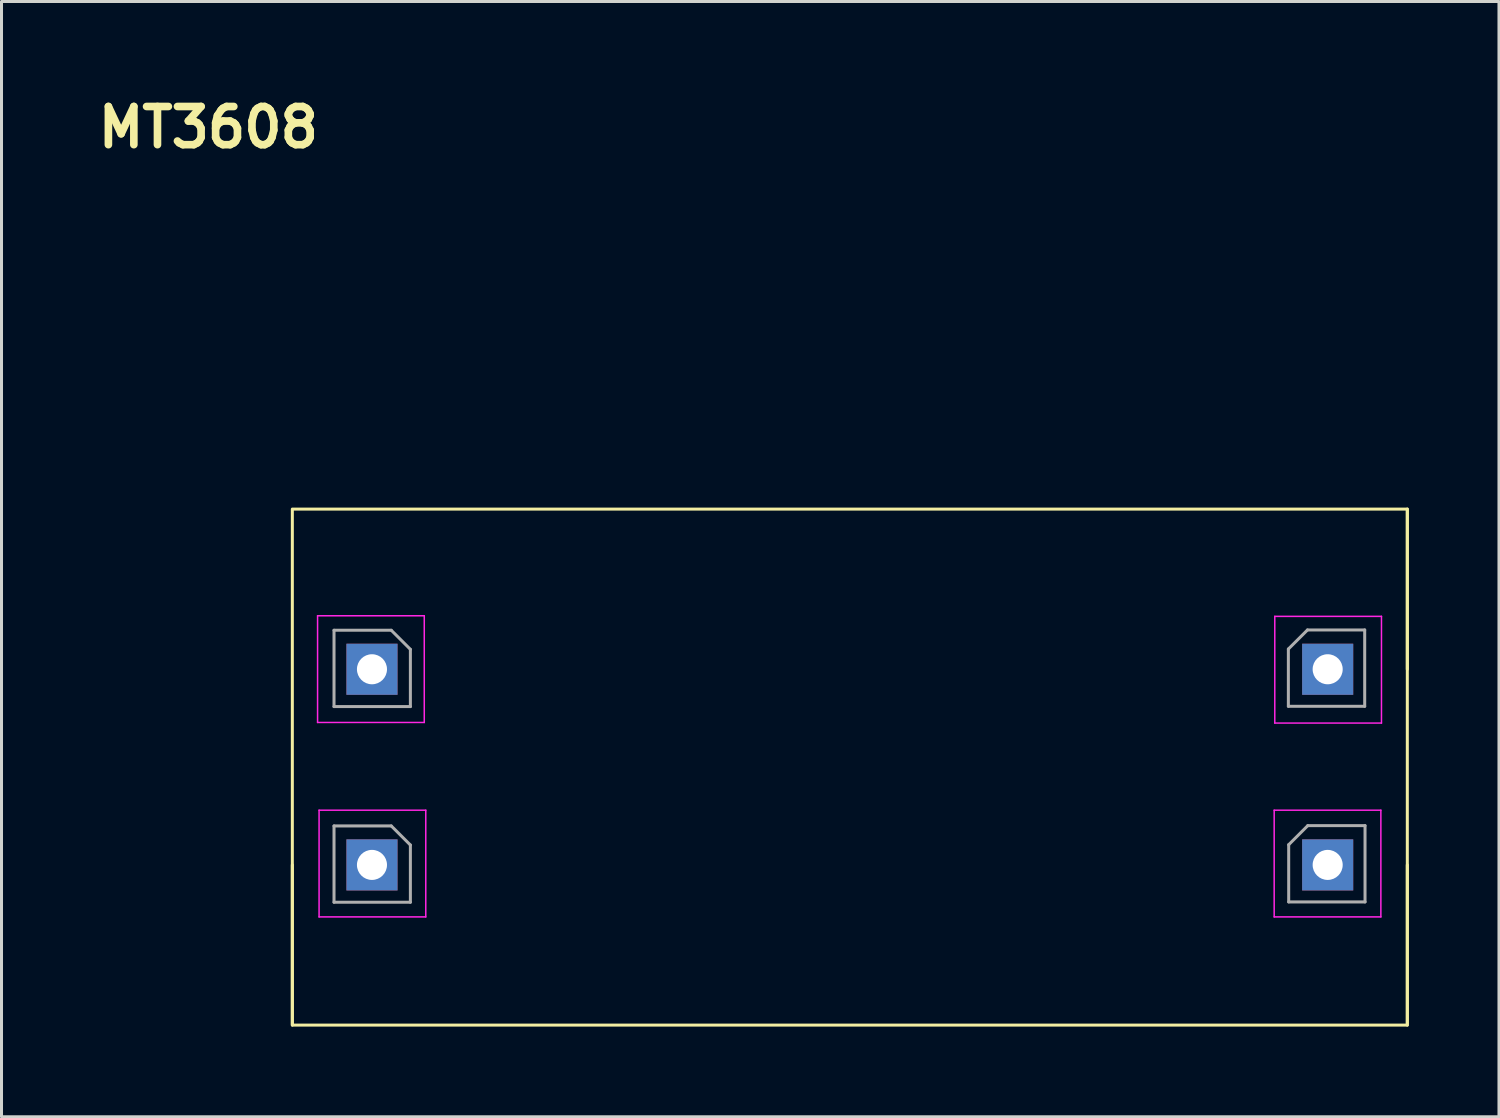
<source format=kicad_pcb>
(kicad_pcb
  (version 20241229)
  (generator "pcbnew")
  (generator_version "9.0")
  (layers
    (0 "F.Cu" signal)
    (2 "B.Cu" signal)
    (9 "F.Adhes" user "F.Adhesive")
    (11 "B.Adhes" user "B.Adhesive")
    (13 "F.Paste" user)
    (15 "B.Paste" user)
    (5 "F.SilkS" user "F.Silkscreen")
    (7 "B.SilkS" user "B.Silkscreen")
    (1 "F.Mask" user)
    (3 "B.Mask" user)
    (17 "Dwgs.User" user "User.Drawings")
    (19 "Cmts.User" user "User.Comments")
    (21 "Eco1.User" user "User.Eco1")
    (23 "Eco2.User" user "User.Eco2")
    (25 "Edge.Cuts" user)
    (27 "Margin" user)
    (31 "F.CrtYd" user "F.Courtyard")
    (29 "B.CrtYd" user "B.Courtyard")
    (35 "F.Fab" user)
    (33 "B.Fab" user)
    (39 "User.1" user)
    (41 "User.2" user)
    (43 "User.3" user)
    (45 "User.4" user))
  (footprint "MT3608"
    (layer "F.Cu")
    (at 6.677 13.889)
    (property "Reference" "MT3608" (at -2.794 -12.7 0) (layer "F.SilkS") (effects (font (size 1.27 1.27) (thickness 0.254))))
    (attr smd)
    (fp_line (start 0 17.17) (end 0 11.84) (stroke (width 0.1) (type default)) (layer "F.SilkS"))
    (fp_line (start 37.1 0) (end 37.1 5.33) (stroke (width 0.1) (type default)) (layer "F.SilkS"))
    (fp_line (start 37.1 17.17) (end 37.1 11.84) (stroke (width 0.1) (type default)) (layer "F.SilkS"))
    (fp_rect (start 0 0) (end 37.1 17.17) (stroke (width 0.1) (type default)) (fill no) (layer "F.SilkS"))
    (fp_line (start 0.84 3.55) (end 4.39 3.55) (stroke (width 0.05) (type solid)) (layer "F.CrtYd"))
    (fp_line (start 0.84 7.1) (end 0.84 3.55) (stroke (width 0.05) (type solid)) (layer "F.CrtYd"))
    (fp_line (start 0.89 10.02) (end 4.44 10.02) (stroke (width 0.05) (type solid)) (layer "F.CrtYd"))
    (fp_line (start 0.89 13.57) (end 0.89 10.02) (stroke (width 0.05) (type solid)) (layer "F.CrtYd"))
    (fp_line (start 4.39 3.55) (end 4.39 7.1) (stroke (width 0.05) (type solid)) (layer "F.CrtYd"))
    (fp_line (start 4.39 7.1) (end 0.84 7.1) (stroke (width 0.05) (type solid)) (layer "F.CrtYd"))
    (fp_line (start 4.44 10.02) (end 4.44 13.57) (stroke (width 0.05) (type solid)) (layer "F.CrtYd"))
    (fp_line (start 4.44 13.57) (end 0.89 13.57) (stroke (width 0.05) (type solid)) (layer "F.CrtYd"))
    (fp_line (start 32.67 10.02) (end 36.22 10.02) (stroke (width 0.05) (type solid)) (layer "F.CrtYd"))
    (fp_line (start 32.67 13.57) (end 32.67 10.02) (stroke (width 0.05) (type solid)) (layer "F.CrtYd"))
    (fp_line (start 32.69 3.57) (end 36.24 3.57) (stroke (width 0.05) (type solid)) (layer "F.CrtYd"))
    (fp_line (start 32.69 7.12) (end 32.69 3.57) (stroke (width 0.05) (type solid)) (layer "F.CrtYd"))
    (fp_line (start 36.22 10.02) (end 36.22 13.57) (stroke (width 0.05) (type solid)) (layer "F.CrtYd"))
    (fp_line (start 36.22 13.57) (end 32.67 13.57) (stroke (width 0.05) (type solid)) (layer "F.CrtYd"))
    (fp_line (start 36.24 3.57) (end 36.24 7.12) (stroke (width 0.05) (type solid)) (layer "F.CrtYd"))
    (fp_line (start 36.24 7.12) (end 32.69 7.12) (stroke (width 0.05) (type solid)) (layer "F.CrtYd"))
    (fp_line (start 1.387 4.032) (end 3.292 4.032) (stroke (width 0.1) (type solid)) (layer "F.Fab"))
    (fp_line (start 1.387 6.572) (end 1.387 4.032) (stroke (width 0.1) (type solid)) (layer "F.Fab"))
    (fp_line (start 1.387 10.543) (end 3.292 10.543) (stroke (width 0.1) (type solid)) (layer "F.Fab"))
    (fp_line (start 1.387 13.082) (end 1.387 10.543) (stroke (width 0.1) (type solid)) (layer "F.Fab"))
    (fp_line (start 3.292 4.032) (end 3.928 4.668) (stroke (width 0.1) (type solid)) (layer "F.Fab"))
    (fp_line (start 3.292 10.543) (end 3.928 11.178) (stroke (width 0.1) (type solid)) (layer "F.Fab"))
    (fp_line (start 3.928 4.668) (end 3.928 6.572) (stroke (width 0.1) (type solid)) (layer "F.Fab"))
    (fp_line (start 3.928 6.572) (end 1.387 6.572) (stroke (width 0.1) (type solid)) (layer "F.Fab"))
    (fp_line (start 3.928 11.178) (end 3.928 13.082) (stroke (width 0.1) (type solid)) (layer "F.Fab"))
    (fp_line (start 3.928 13.082) (end 1.387 13.082) (stroke (width 0.1) (type solid)) (layer "F.Fab"))
    (fp_line (start 33.142 4.657) (end 33.778 4.022) (stroke (width 0.1) (type solid)) (layer "F.Fab"))
    (fp_line (start 33.142 6.562) (end 33.142 4.657) (stroke (width 0.1) (type solid)) (layer "F.Fab"))
    (fp_line (start 33.153 11.168) (end 33.788 10.533) (stroke (width 0.1) (type solid)) (layer "F.Fab"))
    (fp_line (start 33.153 13.072) (end 33.153 11.168) (stroke (width 0.1) (type solid)) (layer "F.Fab"))
    (fp_line (start 33.778 4.022) (end 35.682 4.022) (stroke (width 0.1) (type solid)) (layer "F.Fab"))
    (fp_line (start 33.788 10.533) (end 35.693 10.533) (stroke (width 0.1) (type solid)) (layer "F.Fab"))
    (fp_line (start 35.682 4.022) (end 35.682 6.562) (stroke (width 0.1) (type solid)) (layer "F.Fab"))
    (fp_line (start 35.682 6.562) (end 33.142 6.562) (stroke (width 0.1) (type solid)) (layer "F.Fab"))
    (fp_line (start 35.693 10.533) (end 35.693 13.072) (stroke (width 0.1) (type solid)) (layer "F.Fab"))
    (fp_line (start 35.693 13.072) (end 33.153 13.072) (stroke (width 0.1) (type solid)) (layer "F.Fab"))
    (pad "1" thru_hole rect (at 2.65 5.33) (size 1.7 1.7) (drill 1) (layers "*.Cu" "*.Mask"))
    (pad "2" thru_hole rect (at 2.65 11.84) (size 1.7 1.7) (drill 1) (layers "*.Cu" "*.Mask"))
    (pad "3" thru_hole rect (at 34.45 5.33) (size 1.7 1.7) (drill 1) (layers "*.Cu" "*.Mask"))
    (pad "4" thru_hole rect (at 34.45 11.84) (size 1.7 1.7) (drill 1) (layers "*.Cu" "*.Mask")))
  (gr_rect
    (start -3 -3)
    (end 46.827 34.109)
    (stroke (width 0.1) (type default))
    (fill no)
    (layer "Edge.Cuts")))
</source>
